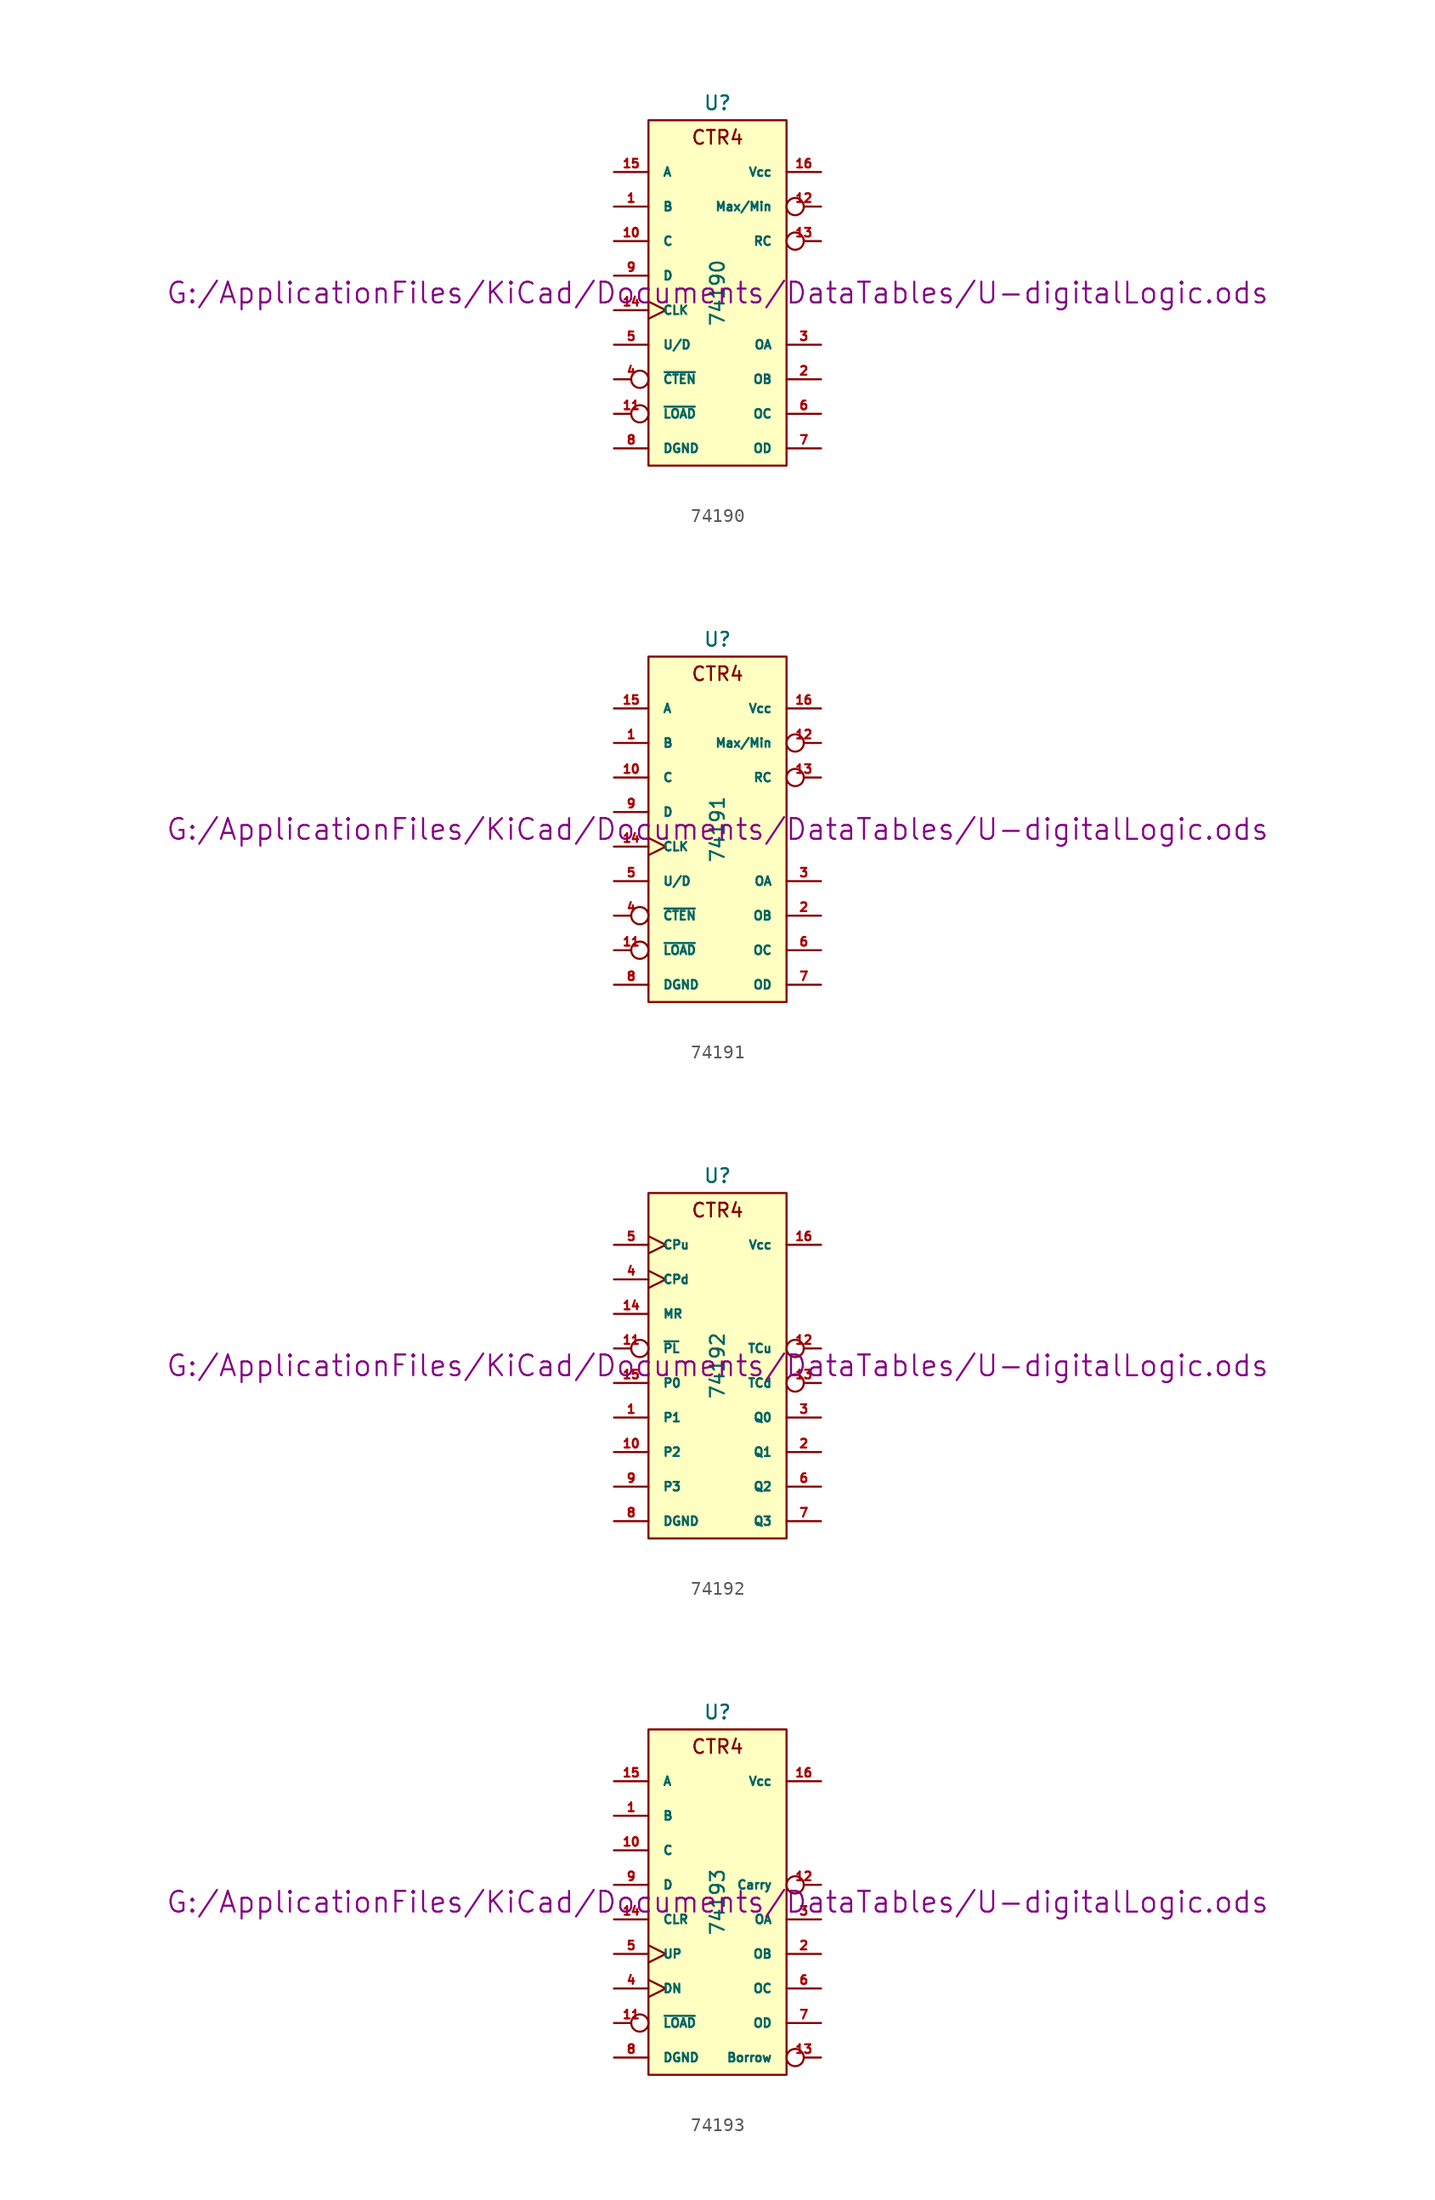
<source format=kicad_sym>
(kicad_symbol_lib
  (version 20211014)
  (generator kicad_symbol_editor)
  (symbol "74190"
    (pin_names
      (offset 1.016))
    (property "Reference" "U"
      (at 0 13.97 0)
      (effects (font (size 1.016 1.016))))
    (property "Value" "74190"
      (at 0 0 90)
      (effects (font (size 1.016 1.016))))
    (property "Footprint" ""
      (at 0 0 0)
      (effects (font (size 1.524 1.524))))
    (property "Datasheet" "G:/ApplicationFiles/KiCad/Documents/DataTables/U-digitalLogic.ods"
      (at 0 0 0)
      (effects (font (size 1.524 1.524))))
    (symbol "74190_0_0"
      (text "CTR4" (at 0 11.43 0) (effects (font (size 1.016 1.016)))))
    (symbol "74190_0_1"
      (rectangle (start -5.08 12.7) (end 5.08 -12.7) (stroke (width 0) (type default) (color 0 0 0 0)) (fill (type background))))
    (symbol "74190_1_1"
      (pin input line (at -7.62 6.35 0) (length 2.54) (name "B" (effects (font (size 0.635 0.635)))) (number "1" (effects (font (size 0.635 0.635)))))
      (pin input line (at -7.62 3.81 0) (length 2.54) (name "C" (effects (font (size 0.635 0.635)))) (number "10" (effects (font (size 0.635 0.635)))))
      (pin input inverted (at -7.62 -8.89 0) (length 2.54) (name "~{LOAD}" (effects (font (size 0.635 0.635)))) (number "11" (effects (font (size 0.635 0.635)))))
      (pin output inverted (at 7.62 6.35 180) (length 2.54) (name "Max/Min" (effects (font (size 0.635 0.635)))) (number "12" (effects (font (size 0.635 0.635)))))
      (pin output inverted (at 7.62 3.81 180) (length 2.54) (name "RC" (effects (font (size 0.635 0.635)))) (number "13" (effects (font (size 0.635 0.635)))))
      (pin input clock (at -7.62 -1.27 0) (length 2.54) (name "CLK" (effects (font (size 0.635 0.635)))) (number "14" (effects (font (size 0.635 0.635)))))
      (pin input line (at -7.62 8.89 0) (length 2.54) (name "A" (effects (font (size 0.635 0.635)))) (number "15" (effects (font (size 0.635 0.635)))))
      (pin power_in line (at 7.62 8.89 180) (length 2.54) (name "Vcc" (effects (font (size 0.635 0.635)))) (number "16" (effects (font (size 0.635 0.635)))))
      (pin output line (at 7.62 -6.35 180) (length 2.54) (name "OB" (effects (font (size 0.635 0.635)))) (number "2" (effects (font (size 0.635 0.635)))))
      (pin output line (at 7.62 -3.81 180) (length 2.54) (name "OA" (effects (font (size 0.635 0.635)))) (number "3" (effects (font (size 0.635 0.635)))))
      (pin input inverted (at -7.62 -6.35 0) (length 2.54) (name "~{CTEN}" (effects (font (size 0.635 0.635)))) (number "4" (effects (font (size 0.635 0.635)))))
      (pin input line (at -7.62 -3.81 0) (length 2.54) (name "U/D" (effects (font (size 0.635 0.635)))) (number "5" (effects (font (size 0.635 0.635)))))
      (pin output line (at 7.62 -8.89 180) (length 2.54) (name "OC" (effects (font (size 0.635 0.635)))) (number "6" (effects (font (size 0.635 0.635)))))
      (pin output line (at 7.62 -11.43 180) (length 2.54) (name "OD" (effects (font (size 0.635 0.635)))) (number "7" (effects (font (size 0.635 0.635)))))
      (pin power_in line (at -7.62 -11.43 0) (length 2.54) (name "DGND" (effects (font (size 0.635 0.635)))) (number "8" (effects (font (size 0.635 0.635)))))
      (pin input line (at -7.62 1.27 0) (length 2.54) (name "D" (effects (font (size 0.635 0.635)))) (number "9" (effects (font (size 0.635 0.635)))))))
  (symbol "74191"
    (pin_names
      (offset 1.016))
    (property "Reference" "U"
      (at 0 13.97 0)
      (effects (font (size 1.016 1.016))))
    (property "Value" "74191"
      (at 0 0 90)
      (effects (font (size 1.016 1.016))))
    (property "Footprint" ""
      (at 0 0 0)
      (effects (font (size 1.524 1.524))))
    (property "Datasheet" "G:/ApplicationFiles/KiCad/Documents/DataTables/U-digitalLogic.ods"
      (at 0 0 0)
      (effects (font (size 1.524 1.524))))
    (symbol "74191_0_0"
      (text "CTR4" (at 0 11.43 0) (effects (font (size 1.016 1.016)))))
    (symbol "74191_0_1"
      (rectangle (start -5.08 12.7) (end 5.08 -12.7) (stroke (width 0) (type default) (color 0 0 0 0)) (fill (type background))))
    (symbol "74191_1_1"
      (pin input line (at -7.62 6.35 0) (length 2.54) (name "B" (effects (font (size 0.635 0.635)))) (number "1" (effects (font (size 0.635 0.635)))))
      (pin input line (at -7.62 3.81 0) (length 2.54) (name "C" (effects (font (size 0.635 0.635)))) (number "10" (effects (font (size 0.635 0.635)))))
      (pin input inverted (at -7.62 -8.89 0) (length 2.54) (name "~{LOAD}" (effects (font (size 0.635 0.635)))) (number "11" (effects (font (size 0.635 0.635)))))
      (pin output inverted (at 7.62 6.35 180) (length 2.54) (name "Max/Min" (effects (font (size 0.635 0.635)))) (number "12" (effects (font (size 0.635 0.635)))))
      (pin output inverted (at 7.62 3.81 180) (length 2.54) (name "RC" (effects (font (size 0.635 0.635)))) (number "13" (effects (font (size 0.635 0.635)))))
      (pin input clock (at -7.62 -1.27 0) (length 2.54) (name "CLK" (effects (font (size 0.635 0.635)))) (number "14" (effects (font (size 0.635 0.635)))))
      (pin input line (at -7.62 8.89 0) (length 2.54) (name "A" (effects (font (size 0.635 0.635)))) (number "15" (effects (font (size 0.635 0.635)))))
      (pin power_in line (at 7.62 8.89 180) (length 2.54) (name "Vcc" (effects (font (size 0.635 0.635)))) (number "16" (effects (font (size 0.635 0.635)))))
      (pin output line (at 7.62 -6.35 180) (length 2.54) (name "OB" (effects (font (size 0.635 0.635)))) (number "2" (effects (font (size 0.635 0.635)))))
      (pin output line (at 7.62 -3.81 180) (length 2.54) (name "OA" (effects (font (size 0.635 0.635)))) (number "3" (effects (font (size 0.635 0.635)))))
      (pin input inverted (at -7.62 -6.35 0) (length 2.54) (name "~{CTEN}" (effects (font (size 0.635 0.635)))) (number "4" (effects (font (size 0.635 0.635)))))
      (pin input line (at -7.62 -3.81 0) (length 2.54) (name "U/D" (effects (font (size 0.635 0.635)))) (number "5" (effects (font (size 0.635 0.635)))))
      (pin output line (at 7.62 -8.89 180) (length 2.54) (name "OC" (effects (font (size 0.635 0.635)))) (number "6" (effects (font (size 0.635 0.635)))))
      (pin output line (at 7.62 -11.43 180) (length 2.54) (name "OD" (effects (font (size 0.635 0.635)))) (number "7" (effects (font (size 0.635 0.635)))))
      (pin power_in line (at -7.62 -11.43 0) (length 2.54) (name "DGND" (effects (font (size 0.635 0.635)))) (number "8" (effects (font (size 0.635 0.635)))))
      (pin input line (at -7.62 1.27 0) (length 2.54) (name "D" (effects (font (size 0.635 0.635)))) (number "9" (effects (font (size 0.635 0.635)))))))
  (symbol "74192"
    (pin_names
      (offset 1.016))
    (property "Reference" "U"
      (at 0 13.97 0)
      (effects (font (size 1.016 1.016))))
    (property "Value" "74192"
      (at 0 0 90)
      (effects (font (size 1.016 1.016))))
    (property "Footprint" ""
      (at 0 0 0)
      (effects (font (size 1.524 1.524))))
    (property "Datasheet" "G:/ApplicationFiles/KiCad/Documents/DataTables/U-digitalLogic.ods"
      (at 0 0 0)
      (effects (font (size 1.524 1.524))))
    (symbol "74192_0_0"
      (text "CTR4" (at 0 11.43 0) (effects (font (size 1.016 1.016)))))
    (symbol "74192_0_1"
      (rectangle (start -5.08 12.7) (end 5.08 -12.7) (stroke (width 0) (type default) (color 0 0 0 0)) (fill (type background))))
    (symbol "74192_1_1"
      (pin input line (at -7.62 -3.81 0) (length 2.54) (name "P1" (effects (font (size 0.635 0.635)))) (number "1" (effects (font (size 0.635 0.635)))))
      (pin input line (at -7.62 -6.35 0) (length 2.54) (name "P2" (effects (font (size 0.635 0.635)))) (number "10" (effects (font (size 0.635 0.635)))))
      (pin input inverted (at -7.62 1.27 0) (length 2.54) (name "~{PL}" (effects (font (size 0.635 0.635)))) (number "11" (effects (font (size 0.635 0.635)))))
      (pin output inverted (at 7.62 1.27 180) (length 2.54) (name "TCu" (effects (font (size 0.635 0.635)))) (number "12" (effects (font (size 0.635 0.635)))))
      (pin output inverted (at 7.62 -1.27 180) (length 2.54) (name "TCd" (effects (font (size 0.635 0.635)))) (number "13" (effects (font (size 0.635 0.635)))))
      (pin input line (at -7.62 3.81 0) (length 2.54) (name "MR" (effects (font (size 0.635 0.635)))) (number "14" (effects (font (size 0.635 0.635)))))
      (pin input line (at -7.62 -1.27 0) (length 2.54) (name "P0" (effects (font (size 0.635 0.635)))) (number "15" (effects (font (size 0.635 0.635)))))
      (pin power_in line (at 7.62 8.89 180) (length 2.54) (name "Vcc" (effects (font (size 0.635 0.635)))) (number "16" (effects (font (size 0.635 0.635)))))
      (pin output line (at 7.62 -6.35 180) (length 2.54) (name "Q1" (effects (font (size 0.635 0.635)))) (number "2" (effects (font (size 0.635 0.635)))))
      (pin output line (at 7.62 -3.81 180) (length 2.54) (name "Q0" (effects (font (size 0.635 0.635)))) (number "3" (effects (font (size 0.635 0.635)))))
      (pin input clock (at -7.62 6.35 0) (length 2.54) (name "CPd" (effects (font (size 0.635 0.635)))) (number "4" (effects (font (size 0.635 0.635)))))
      (pin input clock (at -7.62 8.89 0) (length 2.54) (name "CPu" (effects (font (size 0.635 0.635)))) (number "5" (effects (font (size 0.635 0.635)))))
      (pin output line (at 7.62 -8.89 180) (length 2.54) (name "Q2" (effects (font (size 0.635 0.635)))) (number "6" (effects (font (size 0.635 0.635)))))
      (pin output line (at 7.62 -11.43 180) (length 2.54) (name "Q3" (effects (font (size 0.635 0.635)))) (number "7" (effects (font (size 0.635 0.635)))))
      (pin power_in line (at -7.62 -11.43 0) (length 2.54) (name "DGND" (effects (font (size 0.635 0.635)))) (number "8" (effects (font (size 0.635 0.635)))))
      (pin input line (at -7.62 -8.89 0) (length 2.54) (name "P3" (effects (font (size 0.635 0.635)))) (number "9" (effects (font (size 0.635 0.635)))))))
  (symbol "74193"
    (pin_names
      (offset 1.016))
    (property "Reference" "U"
      (at 0 13.97 0)
      (effects (font (size 1.016 1.016))))
    (property "Value" "74193"
      (at 0 0 90)
      (effects (font (size 1.016 1.016))))
    (property "Footprint" ""
      (at 0 0 0)
      (effects (font (size 1.524 1.524))))
    (property "Datasheet" "G:/ApplicationFiles/KiCad/Documents/DataTables/U-digitalLogic.ods"
      (at 0 0 0)
      (effects (font (size 1.524 1.524))))
    (symbol "74193_0_0"
      (text "CTR4" (at 0 11.43 0) (effects (font (size 1.016 1.016)))))
    (symbol "74193_0_1"
      (rectangle (start -5.08 12.7) (end 5.08 -12.7) (stroke (width 0) (type default) (color 0 0 0 0)) (fill (type background))))
    (symbol "74193_1_1"
      (pin input line (at -7.62 6.35 0) (length 2.54) (name "B" (effects (font (size 0.635 0.635)))) (number "1" (effects (font (size 0.635 0.635)))))
      (pin input line (at -7.62 3.81 0) (length 2.54) (name "C" (effects (font (size 0.635 0.635)))) (number "10" (effects (font (size 0.635 0.635)))))
      (pin input inverted (at -7.62 -8.89 0) (length 2.54) (name "~{LOAD}" (effects (font (size 0.635 0.635)))) (number "11" (effects (font (size 0.635 0.635)))))
      (pin output inverted (at 7.62 1.27 180) (length 2.54) (name "Carry" (effects (font (size 0.635 0.635)))) (number "12" (effects (font (size 0.635 0.635)))))
      (pin output inverted (at 7.62 -11.43 180) (length 2.54) (name "Borrow" (effects (font (size 0.635 0.635)))) (number "13" (effects (font (size 0.635 0.635)))))
      (pin input line (at -7.62 -1.27 0) (length 2.54) (name "CLR" (effects (font (size 0.635 0.635)))) (number "14" (effects (font (size 0.635 0.635)))))
      (pin input line (at -7.62 8.89 0) (length 2.54) (name "A" (effects (font (size 0.635 0.635)))) (number "15" (effects (font (size 0.635 0.635)))))
      (pin power_in line (at 7.62 8.89 180) (length 2.54) (name "Vcc" (effects (font (size 0.635 0.635)))) (number "16" (effects (font (size 0.635 0.635)))))
      (pin output line (at 7.62 -3.81 180) (length 2.54) (name "OB" (effects (font (size 0.635 0.635)))) (number "2" (effects (font (size 0.635 0.635)))))
      (pin output line (at 7.62 -1.27 180) (length 2.54) (name "OA" (effects (font (size 0.635 0.635)))) (number "3" (effects (font (size 0.635 0.635)))))
      (pin input clock (at -7.62 -6.35 0) (length 2.54) (name "DN" (effects (font (size 0.635 0.635)))) (number "4" (effects (font (size 0.635 0.635)))))
      (pin input clock (at -7.62 -3.81 0) (length 2.54) (name "UP" (effects (font (size 0.635 0.635)))) (number "5" (effects (font (size 0.635 0.635)))))
      (pin output line (at 7.62 -6.35 180) (length 2.54) (name "OC" (effects (font (size 0.635 0.635)))) (number "6" (effects (font (size 0.635 0.635)))))
      (pin output line (at 7.62 -8.89 180) (length 2.54) (name "OD" (effects (font (size 0.635 0.635)))) (number "7" (effects (font (size 0.635 0.635)))))
      (pin power_in line (at -7.62 -11.43 0) (length 2.54) (name "DGND" (effects (font (size 0.635 0.635)))) (number "8" (effects (font (size 0.635 0.635)))))
      (pin input line (at -7.62 1.27 0) (length 2.54) (name "D" (effects (font (size 0.635 0.635)))) (number "9" (effects (font (size 0.635 0.635))))))))
</source>
